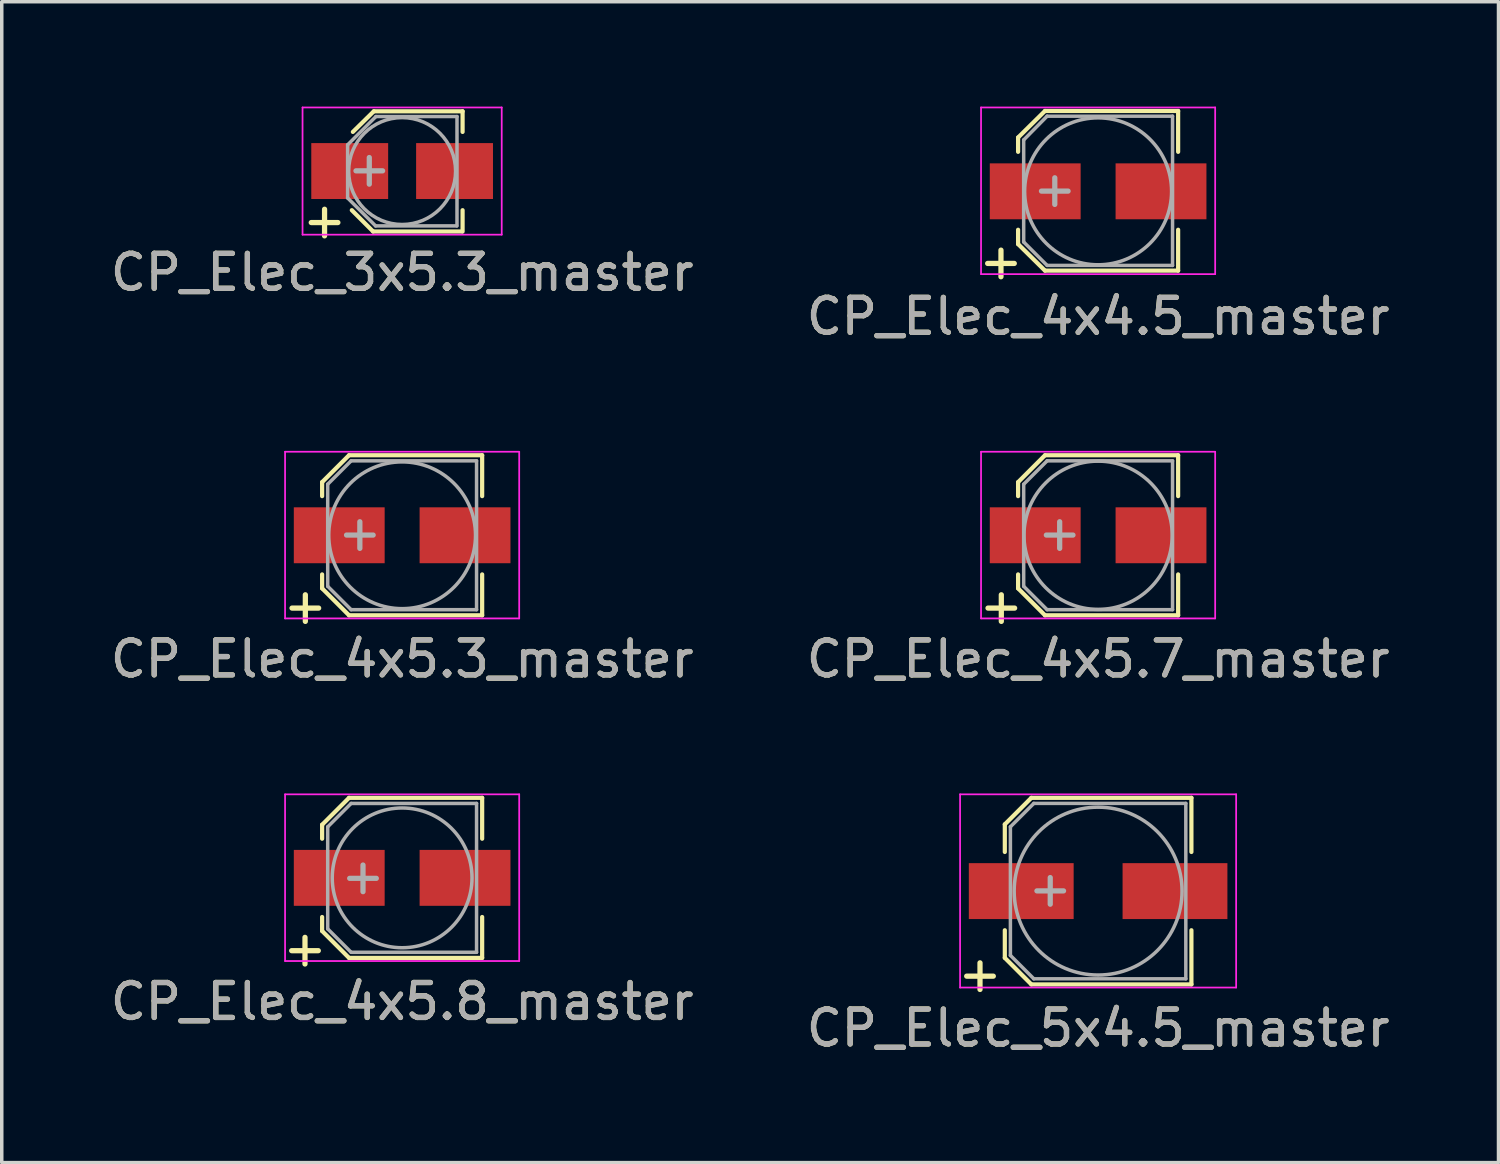
<source format=kicad_pcb>
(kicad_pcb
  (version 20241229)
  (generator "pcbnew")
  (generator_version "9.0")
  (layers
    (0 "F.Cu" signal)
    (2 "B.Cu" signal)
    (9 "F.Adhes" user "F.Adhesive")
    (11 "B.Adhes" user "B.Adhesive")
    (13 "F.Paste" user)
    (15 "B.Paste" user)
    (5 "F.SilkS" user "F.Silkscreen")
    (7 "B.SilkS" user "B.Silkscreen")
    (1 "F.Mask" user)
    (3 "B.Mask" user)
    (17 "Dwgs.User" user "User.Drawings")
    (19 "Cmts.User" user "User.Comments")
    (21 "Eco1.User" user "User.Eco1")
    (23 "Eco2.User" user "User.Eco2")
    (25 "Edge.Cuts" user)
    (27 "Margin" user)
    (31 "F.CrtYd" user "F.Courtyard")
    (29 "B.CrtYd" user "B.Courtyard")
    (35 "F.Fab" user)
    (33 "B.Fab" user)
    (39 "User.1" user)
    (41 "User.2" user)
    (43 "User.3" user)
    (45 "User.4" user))
  (footprint "CP_Elec_3x5.3_master"
    (layer "F.Cu")
    (at 8.458 1.845)
    (property "Reference" "CP_Elec_3x5.3_master" (at 0 2.9 0) (layer "F.SilkS") (effects (font (size 1 1) (thickness 0.15))))
    (attr smd)
    (fp_line (start -0.83 1.73) (end -1.44 1.12) (stroke (width 0.12) (type solid)) (layer "F.SilkS"))
    (fp_line (start -0.83 1.73) (end 1.71 1.73) (stroke (width 0.12) (type solid)) (layer "F.SilkS"))
    (fp_line (start -0.81 -1.71) (end -1.41 -1.12) (stroke (width 0.12) (type solid)) (layer "F.SilkS"))
    (fp_line (start 1.73 -1.71) (end -0.81 -1.71) (stroke (width 0.12) (type solid)) (layer "F.SilkS"))
    (fp_line (start 1.73 -1.71) (end 1.73 -1.12) (stroke (width 0.12) (type solid)) (layer "F.SilkS"))
    (fp_line (start 1.73 1.73) (end 1.73 1.12) (stroke (width 0.12) (type solid)) (layer "F.SilkS"))
    (fp_line (start -2.85 -1.82) (end -2.85 1.82) (stroke (width 0.05) (type solid)) (layer "F.CrtYd"))
    (fp_line (start -2.85 -1.82) (end 2.85 -1.82) (stroke (width 0.05) (type solid)) (layer "F.CrtYd"))
    (fp_line (start 2.85 1.82) (end -2.85 1.82) (stroke (width 0.05) (type solid)) (layer "F.CrtYd"))
    (fp_line (start 2.85 1.82) (end 2.85 -1.82) (stroke (width 0.05) (type solid)) (layer "F.CrtYd"))
    (fp_line (start -1.56 -0.75) (end -1.56 0.77) (stroke (width 0.1) (type solid)) (layer "F.Fab"))
    (fp_line (start -0.76 1.57) (end -1.56 0.77) (stroke (width 0.1) (type solid)) (layer "F.Fab"))
    (fp_line (start -0.75 -1.56) (end -1.56 -0.75) (stroke (width 0.1) (type solid)) (layer "F.Fab"))
    (fp_line (start 1.56 1.57) (end -0.76 1.57) (stroke (width 0.1) (type solid)) (layer "F.Fab"))
    (fp_line (start 1.57 -1.56) (end -0.75 -1.56) (stroke (width 0.1) (type solid)) (layer "F.Fab"))
    (fp_line (start 1.57 1.57) (end 1.57 -1.56) (stroke (width 0.1) (type solid)) (layer "F.Fab"))
    (fp_circle (center 0 0) (end 0.3 1.5) (stroke (width 0.1) (type solid)) (fill no) (layer "F.Fab"))
    (fp_text user "+" (at -2.22 1.4 0) (layer "F.SilkS") (effects (font (size 1 1) (thickness 0.15))))
    (fp_text user "${REFERENCE}" (at 0 2.9 0) (layer "F.Fab") (effects (font (size 1 1) (thickness 0.15))))
    (fp_text user "+" (at -0.94 -0.08 0) (layer "F.Fab") (effects (font (size 1 1) (thickness 0.15))))
    (pad "1" smd rect (at -1.5 0) (size 2.2 1.6) (layers "F.Cu" "F.Mask" "F.Paste"))
    (pad "2" smd rect (at 1.5 0) (size 2.2 1.6) (layers "F.Cu" "F.Mask" "F.Paste")))
  (footprint "CP_Elec_4x5.8_master"
    (layer "F.Cu")
    (at 8.458 22.072)
    (property "Reference" "CP_Elec_4x5.8_master" (at 0 3.54 0) (layer "F.SilkS") (effects (font (size 1 1) (thickness 0.15))))
    (attr smd)
    (fp_line (start -2.29 -1.52) (end -2.29 -1.12) (stroke (width 0.12) (type solid)) (layer "F.SilkS"))
    (fp_line (start -2.29 1.52) (end -2.29 1.12) (stroke (width 0.12) (type solid)) (layer "F.SilkS"))
    (fp_line (start -1.52 -2.29) (end -2.29 -1.52) (stroke (width 0.12) (type solid)) (layer "F.SilkS"))
    (fp_line (start -1.52 -2.29) (end 2.29 -2.29) (stroke (width 0.12) (type solid)) (layer "F.SilkS"))
    (fp_line (start -1.52 2.29) (end -2.29 1.52) (stroke (width 0.12) (type solid)) (layer "F.SilkS"))
    (fp_line (start -1.52 2.29) (end 2.29 2.29) (stroke (width 0.12) (type solid)) (layer "F.SilkS"))
    (fp_line (start 2.29 -2.29) (end 2.29 -1.12) (stroke (width 0.12) (type solid)) (layer "F.SilkS"))
    (fp_line (start 2.29 2.29) (end 2.29 1.12) (stroke (width 0.12) (type solid)) (layer "F.SilkS"))
    (fp_line (start -3.35 -2.39) (end -3.35 2.38) (stroke (width 0.05) (type solid)) (layer "F.CrtYd"))
    (fp_line (start -3.35 -2.39) (end 3.35 -2.39) (stroke (width 0.05) (type solid)) (layer "F.CrtYd"))
    (fp_line (start 3.35 2.38) (end -3.35 2.38) (stroke (width 0.05) (type solid)) (layer "F.CrtYd"))
    (fp_line (start 3.35 2.38) (end 3.35 -2.39) (stroke (width 0.05) (type solid)) (layer "F.CrtYd"))
    (fp_line (start -2.13 -1.46) (end -2.13 1.46) (stroke (width 0.1) (type solid)) (layer "F.Fab"))
    (fp_line (start -2.13 1.46) (end -1.46 2.13) (stroke (width 0.1) (type solid)) (layer "F.Fab"))
    (fp_line (start -1.46 -2.13) (end -2.13 -1.46) (stroke (width 0.1) (type solid)) (layer "F.Fab"))
    (fp_line (start -1.46 2.13) (end 2.13 2.13) (stroke (width 0.1) (type solid)) (layer "F.Fab"))
    (fp_line (start 2.13 -2.13) (end -1.46 -2.13) (stroke (width 0.1) (type solid)) (layer "F.Fab"))
    (fp_line (start 2.13 2.13) (end 2.13 -2.13) (stroke (width 0.1) (type solid)) (layer "F.Fab"))
    (fp_circle (center 0 0) (end 0 2) (stroke (width 0.1) (type solid)) (fill no) (layer "F.Fab"))
    (fp_text user "+" (at -2.78 2.01 0) (layer "F.SilkS") (effects (font (size 1 1) (thickness 0.15))))
    (fp_text user "+" (at -1.12 -0.06 0) (layer "F.Fab") (effects (font (size 1 1) (thickness 0.15))))
    (fp_text user "${REFERENCE}" (at 0 3.54 0) (layer "F.Fab") (effects (font (size 1 1) (thickness 0.15))))
    (pad "1" smd rect (at -1.8 0 180) (size 2.6 1.6) (layers "F.Cu" "F.Mask" "F.Paste"))
    (pad "2" smd rect (at 1.8 0 180) (size 2.6 1.6) (layers "F.Cu" "F.Mask" "F.Paste")))
  (footprint "CP_Elec_4x5.7_master"
    (layer "F.Cu")
    (at 28.375 12.268)
    (property "Reference" "CP_Elec_4x5.7_master" (at 0 3.54 0) (layer "F.SilkS") (effects (font (size 1 1) (thickness 0.15))))
    (attr smd)
    (fp_line (start -2.29 -1.52) (end -2.29 -1.12) (stroke (width 0.12) (type solid)) (layer "F.SilkS"))
    (fp_line (start -2.29 1.52) (end -2.29 1.12) (stroke (width 0.12) (type solid)) (layer "F.SilkS"))
    (fp_line (start -1.52 -2.29) (end -2.29 -1.52) (stroke (width 0.12) (type solid)) (layer "F.SilkS"))
    (fp_line (start -1.52 -2.29) (end 2.29 -2.29) (stroke (width 0.12) (type solid)) (layer "F.SilkS"))
    (fp_line (start -1.52 2.29) (end -2.29 1.52) (stroke (width 0.12) (type solid)) (layer "F.SilkS"))
    (fp_line (start -1.52 2.29) (end 2.29 2.29) (stroke (width 0.12) (type solid)) (layer "F.SilkS"))
    (fp_line (start 2.29 -2.29) (end 2.29 -1.12) (stroke (width 0.12) (type solid)) (layer "F.SilkS"))
    (fp_line (start 2.29 2.29) (end 2.29 1.12) (stroke (width 0.12) (type solid)) (layer "F.SilkS"))
    (fp_line (start -3.35 -2.39) (end -3.35 2.38) (stroke (width 0.05) (type solid)) (layer "F.CrtYd"))
    (fp_line (start -3.35 -2.39) (end 3.35 -2.39) (stroke (width 0.05) (type solid)) (layer "F.CrtYd"))
    (fp_line (start 3.35 2.38) (end -3.35 2.38) (stroke (width 0.05) (type solid)) (layer "F.CrtYd"))
    (fp_line (start 3.35 2.38) (end 3.35 -2.39) (stroke (width 0.05) (type solid)) (layer "F.CrtYd"))
    (fp_line (start -2.13 -1.46) (end -2.13 1.46) (stroke (width 0.1) (type solid)) (layer "F.Fab"))
    (fp_line (start -2.13 1.46) (end -1.46 2.13) (stroke (width 0.1) (type solid)) (layer "F.Fab"))
    (fp_line (start -1.46 -2.13) (end -2.13 -1.46) (stroke (width 0.1) (type solid)) (layer "F.Fab"))
    (fp_line (start -1.46 2.13) (end 2.13 2.13) (stroke (width 0.1) (type solid)) (layer "F.Fab"))
    (fp_line (start 2.13 -2.13) (end -1.46 -2.13) (stroke (width 0.1) (type solid)) (layer "F.Fab"))
    (fp_line (start 2.13 2.13) (end 2.13 -2.13) (stroke (width 0.1) (type solid)) (layer "F.Fab"))
    (fp_circle (center 0 0) (end 0.3 2.1) (stroke (width 0.1) (type solid)) (fill no) (layer "F.Fab"))
    (fp_text user "+" (at -2.77 2.01 0) (layer "F.SilkS") (effects (font (size 1 1) (thickness 0.15))))
    (fp_text user "${REFERENCE}" (at 0 3.54 0) (layer "F.Fab") (effects (font (size 1 1) (thickness 0.15))))
    (fp_text user "+" (at -1.1 -0.08 0) (layer "F.Fab") (effects (font (size 1 1) (thickness 0.15))))
    (pad "1" smd rect (at -1.8 0 180) (size 2.6 1.6) (layers "F.Cu" "F.Mask" "F.Paste"))
    (pad "2" smd rect (at 1.8 0 180) (size 2.6 1.6) (layers "F.Cu" "F.Mask" "F.Paste")))
  (footprint "CP_Elec_4x4.5_master"
    (layer "F.Cu")
    (at 28.375 2.425)
    (property "Reference" "CP_Elec_4x4.5_master" (at 0 3.58 180) (layer "F.SilkS") (effects (font (size 1 1) (thickness 0.15))))
    (attr smd)
    (fp_line (start -2.29 -1.54) (end -2.29 -1.13) (stroke (width 0.12) (type solid)) (layer "F.SilkS"))
    (fp_line (start -2.29 1.51) (end -2.29 1.1) (stroke (width 0.12) (type solid)) (layer "F.SilkS"))
    (fp_line (start -1.52 -2.3) (end -2.29 -1.54) (stroke (width 0.12) (type solid)) (layer "F.SilkS"))
    (fp_line (start -1.52 -2.3) (end 2.29 -2.3) (stroke (width 0.12) (type solid)) (layer "F.SilkS"))
    (fp_line (start -1.52 2.27) (end -2.29 1.51) (stroke (width 0.12) (type solid)) (layer "F.SilkS"))
    (fp_line (start -1.52 2.27) (end 2.29 2.27) (stroke (width 0.12) (type solid)) (layer "F.SilkS"))
    (fp_line (start 2.29 -2.3) (end 2.29 -1.13) (stroke (width 0.12) (type solid)) (layer "F.SilkS"))
    (fp_line (start 2.29 2.27) (end 2.29 1.1) (stroke (width 0.12) (type solid)) (layer "F.SilkS"))
    (fp_line (start -3.35 -2.4) (end -3.35 2.37) (stroke (width 0.05) (type solid)) (layer "F.CrtYd"))
    (fp_line (start -3.35 -2.4) (end 3.35 -2.4) (stroke (width 0.05) (type solid)) (layer "F.CrtYd"))
    (fp_line (start 3.35 2.37) (end -3.35 2.37) (stroke (width 0.05) (type solid)) (layer "F.CrtYd"))
    (fp_line (start 3.35 2.37) (end 3.35 -2.4) (stroke (width 0.05) (type solid)) (layer "F.CrtYd"))
    (fp_line (start -2.13 -1.47) (end -2.13 1.45) (stroke (width 0.1) (type solid)) (layer "F.Fab"))
    (fp_line (start -2.13 1.45) (end -1.46 2.12) (stroke (width 0.1) (type solid)) (layer "F.Fab"))
    (fp_line (start -1.46 -2.15) (end -2.13 -1.47) (stroke (width 0.1) (type solid)) (layer "F.Fab"))
    (fp_line (start -1.46 2.12) (end 2.13 2.12) (stroke (width 0.1) (type solid)) (layer "F.Fab"))
    (fp_line (start 2.13 -2.15) (end -1.46 -2.15) (stroke (width 0.1) (type solid)) (layer "F.Fab"))
    (fp_line (start 2.13 2.12) (end 2.13 -2.15) (stroke (width 0.1) (type solid)) (layer "F.Fab"))
    (fp_circle (center 0 0) (end 0.1 2.1) (stroke (width 0.1) (type solid)) (fill no) (layer "F.Fab"))
    (fp_text user "+" (at -2.78 1.99 180) (layer "F.SilkS") (effects (font (size 1 1) (thickness 0.15))))
    (fp_text user "+" (at -1.24 -0.08 0) (layer "F.Fab") (effects (font (size 1 1) (thickness 0.15))))
    (fp_text user "${REFERENCE}" (at 0 3.58 180) (layer "F.Fab") (effects (font (size 1 1) (thickness 0.15))))
    (pad "1" smd rect (at -1.8 0 180) (size 2.6 1.6) (layers "F.Cu" "F.Mask" "F.Paste"))
    (pad "2" smd rect (at 1.8 0 180) (size 2.6 1.6) (layers "F.Cu" "F.Mask" "F.Paste")))
  (footprint "CP_Elec_5x4.5_master"
    (layer "F.Cu")
    (at 28.375 22.451)
    (property "Reference" "CP_Elec_5x4.5_master" (at 0 3.92 0) (layer "F.SilkS") (effects (font (size 1 1) (thickness 0.15))))
    (attr smd)
    (fp_line (start -2.67 -1.91) (end -2.67 -1.12) (stroke (width 0.12) (type solid)) (layer "F.SilkS"))
    (fp_line (start -2.67 1.91) (end -2.67 1.12) (stroke (width 0.12) (type solid)) (layer "F.SilkS"))
    (fp_line (start -2.67 1.91) (end -1.91 2.67) (stroke (width 0.12) (type solid)) (layer "F.SilkS"))
    (fp_line (start -1.91 -2.67) (end -2.67 -1.91) (stroke (width 0.12) (type solid)) (layer "F.SilkS"))
    (fp_line (start -1.91 2.67) (end 2.67 2.67) (stroke (width 0.12) (type solid)) (layer "F.SilkS"))
    (fp_line (start 2.67 -2.67) (end -1.91 -2.67) (stroke (width 0.12) (type solid)) (layer "F.SilkS"))
    (fp_line (start 2.67 -2.67) (end 2.67 -1.12) (stroke (width 0.12) (type solid)) (layer "F.SilkS"))
    (fp_line (start 2.67 2.67) (end 2.67 1.12) (stroke (width 0.12) (type solid)) (layer "F.SilkS"))
    (fp_line (start -3.95 -2.77) (end -3.95 2.76) (stroke (width 0.05) (type solid)) (layer "F.CrtYd"))
    (fp_line (start -3.95 -2.77) (end 3.95 -2.77) (stroke (width 0.05) (type solid)) (layer "F.CrtYd"))
    (fp_line (start 3.95 2.76) (end -3.95 2.76) (stroke (width 0.05) (type solid)) (layer "F.CrtYd"))
    (fp_line (start 3.95 2.76) (end 3.95 -2.77) (stroke (width 0.05) (type solid)) (layer "F.CrtYd"))
    (fp_line (start -2.51 -1.84) (end -2.51 1.84) (stroke (width 0.1) (type solid)) (layer "F.Fab"))
    (fp_line (start -2.51 1.84) (end -1.84 2.51) (stroke (width 0.1) (type solid)) (layer "F.Fab"))
    (fp_line (start -1.84 -2.51) (end -2.51 -1.84) (stroke (width 0.1) (type solid)) (layer "F.Fab"))
    (fp_line (start -1.84 2.51) (end 2.51 2.51) (stroke (width 0.1) (type solid)) (layer "F.Fab"))
    (fp_line (start 2.51 -2.51) (end -1.84 -2.51) (stroke (width 0.1) (type solid)) (layer "F.Fab"))
    (fp_line (start 2.51 2.51) (end 2.51 -2.51) (stroke (width 0.1) (type solid)) (layer "F.Fab"))
    (fp_circle (center 0 0) (end 0.1 2.4) (stroke (width 0.1) (type solid)) (fill no) (layer "F.Fab"))
    (fp_text user "+" (at -3.38 2.36 0) (layer "F.SilkS") (effects (font (size 1 1) (thickness 0.15))))
    (fp_text user "${REFERENCE}" (at 0 3.92 0) (layer "F.Fab") (effects (font (size 1 1) (thickness 0.15))))
    (fp_text user "+" (at -1.37 -0.08 0) (layer "F.Fab") (effects (font (size 1 1) (thickness 0.15))))
    (pad "1" smd rect (at -2.2 0 180) (size 3 1.6) (layers "F.Cu" "F.Mask" "F.Paste"))
    (pad "2" smd rect (at 2.2 0 180) (size 3 1.6) (layers "F.Cu" "F.Mask" "F.Paste")))
  (footprint "CP_Elec_4x5.3_master"
    (layer "F.Cu")
    (at 8.458 12.268)
    (property "Reference" "CP_Elec_4x5.3_master" (at 0 3.54 0) (layer "F.SilkS") (effects (font (size 1 1) (thickness 0.15))))
    (attr smd)
    (fp_line (start -2.29 -1.52) (end -2.29 -1.12) (stroke (width 0.12) (type solid)) (layer "F.SilkS"))
    (fp_line (start -2.29 1.52) (end -2.29 1.12) (stroke (width 0.12) (type solid)) (layer "F.SilkS"))
    (fp_line (start -1.52 -2.29) (end -2.29 -1.52) (stroke (width 0.12) (type solid)) (layer "F.SilkS"))
    (fp_line (start -1.52 -2.29) (end 2.29 -2.29) (stroke (width 0.12) (type solid)) (layer "F.SilkS"))
    (fp_line (start -1.52 2.29) (end -2.29 1.52) (stroke (width 0.12) (type solid)) (layer "F.SilkS"))
    (fp_line (start -1.52 2.29) (end 2.29 2.29) (stroke (width 0.12) (type solid)) (layer "F.SilkS"))
    (fp_line (start 2.29 -2.29) (end 2.29 -1.12) (stroke (width 0.12) (type solid)) (layer "F.SilkS"))
    (fp_line (start 2.29 2.29) (end 2.29 1.12) (stroke (width 0.12) (type solid)) (layer "F.SilkS"))
    (fp_line (start -3.35 -2.39) (end -3.35 2.38) (stroke (width 0.05) (type solid)) (layer "F.CrtYd"))
    (fp_line (start -3.35 -2.39) (end 3.35 -2.39) (stroke (width 0.05) (type solid)) (layer "F.CrtYd"))
    (fp_line (start 3.35 2.38) (end -3.35 2.38) (stroke (width 0.05) (type solid)) (layer "F.CrtYd"))
    (fp_line (start 3.35 2.38) (end 3.35 -2.39) (stroke (width 0.05) (type solid)) (layer "F.CrtYd"))
    (fp_line (start -2.13 -1.46) (end -2.13 1.46) (stroke (width 0.1) (type solid)) (layer "F.Fab"))
    (fp_line (start -2.13 1.46) (end -1.46 2.13) (stroke (width 0.1) (type solid)) (layer "F.Fab"))
    (fp_line (start -1.46 -2.13) (end -2.13 -1.46) (stroke (width 0.1) (type solid)) (layer "F.Fab"))
    (fp_line (start -1.46 2.13) (end 2.13 2.13) (stroke (width 0.1) (type solid)) (layer "F.Fab"))
    (fp_line (start 2.13 -2.13) (end -1.46 -2.13) (stroke (width 0.1) (type solid)) (layer "F.Fab"))
    (fp_line (start 2.13 2.13) (end 2.13 -2.13) (stroke (width 0.1) (type solid)) (layer "F.Fab"))
    (fp_circle (center 0 0) (end 0 2.1) (stroke (width 0.1) (type solid)) (fill no) (layer "F.Fab"))
    (fp_text user "+" (at -2.77 2.01 0) (layer "F.SilkS") (effects (font (size 1 1) (thickness 0.15))))
    (fp_text user "${REFERENCE}" (at 0 3.54 0) (layer "F.Fab") (effects (font (size 1 1) (thickness 0.15))))
    (fp_text user "+" (at -1.21 -0.08 0) (layer "F.Fab") (effects (font (size 1 1) (thickness 0.15))))
    (pad "1" smd rect (at -1.8 0 180) (size 2.6 1.6) (layers "F.Cu" "F.Mask" "F.Paste"))
    (pad "2" smd rect (at 1.8 0 180) (size 2.6 1.6) (layers "F.Cu" "F.Mask" "F.Paste")))
  (gr_rect
    (start -3 -3)
    (end 39.833 30.22)
    (stroke (width 0.1) (type default))
    (fill no)
    (layer "Edge.Cuts")))
</source>
